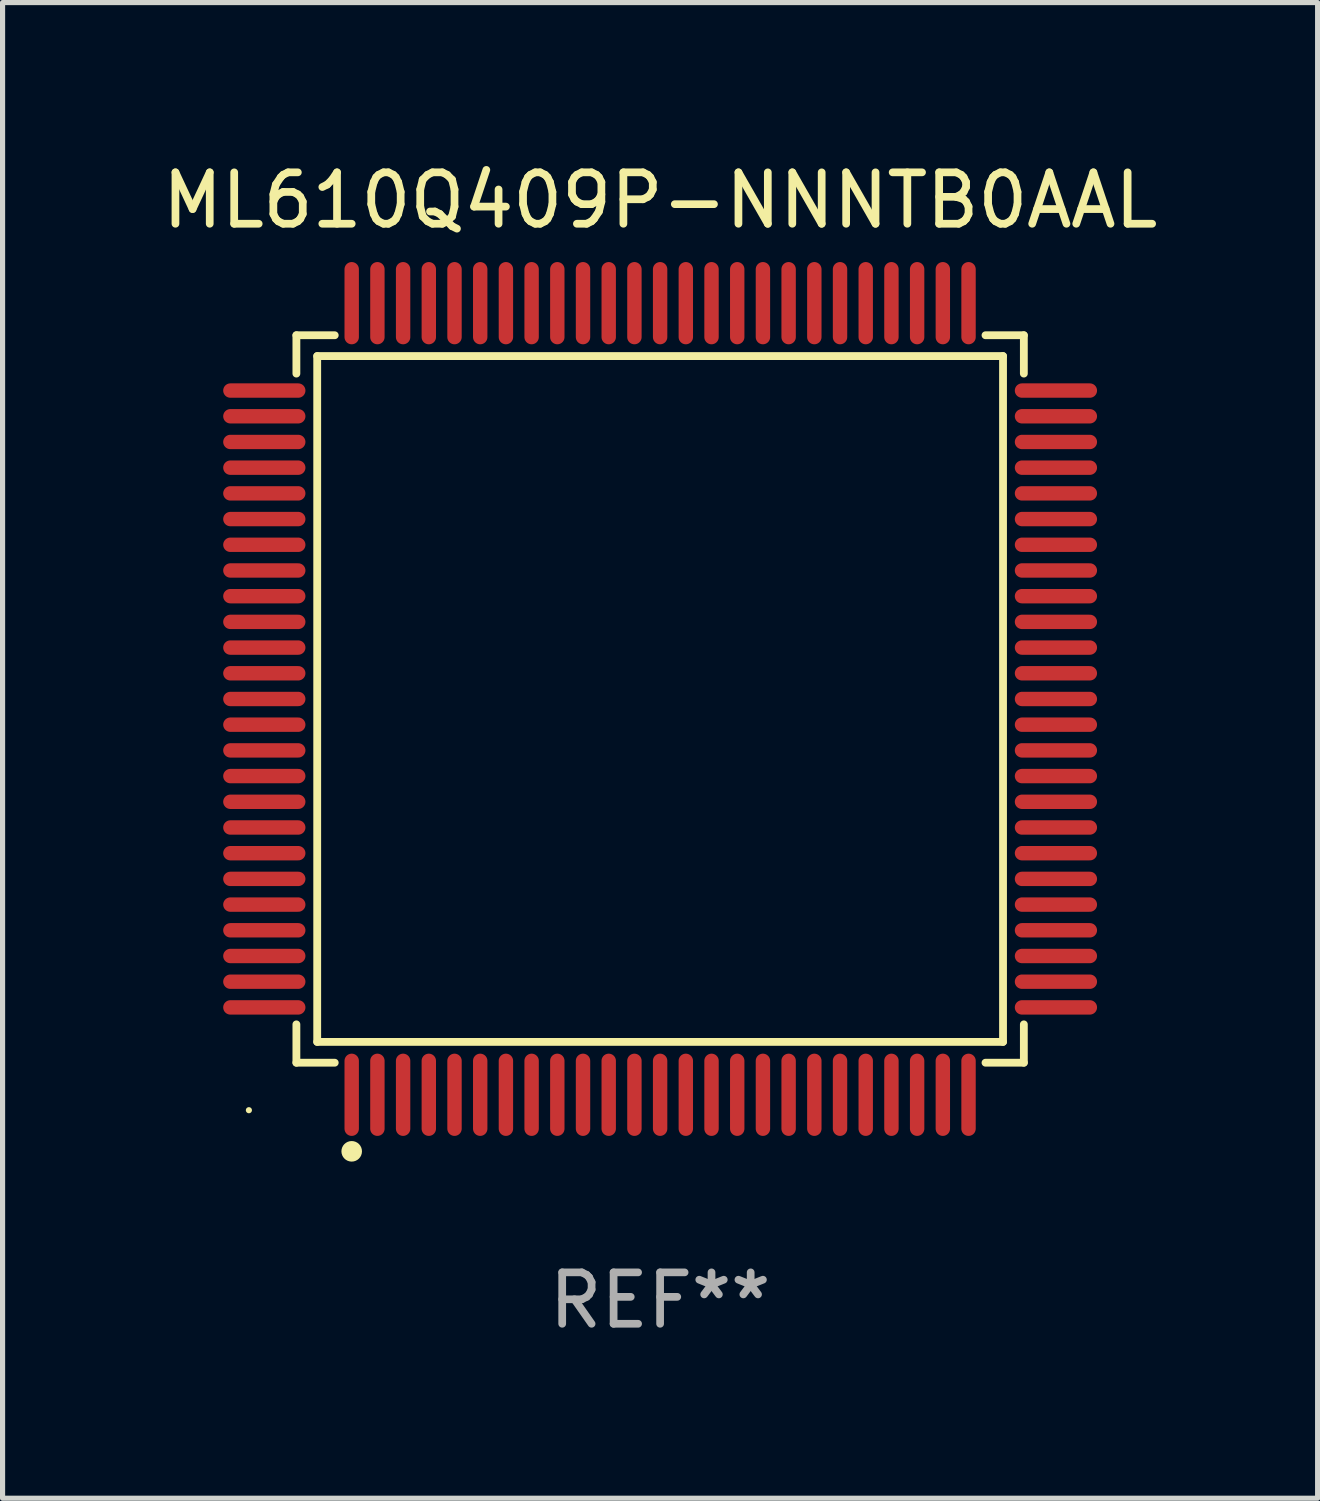
<source format=kicad_pcb>
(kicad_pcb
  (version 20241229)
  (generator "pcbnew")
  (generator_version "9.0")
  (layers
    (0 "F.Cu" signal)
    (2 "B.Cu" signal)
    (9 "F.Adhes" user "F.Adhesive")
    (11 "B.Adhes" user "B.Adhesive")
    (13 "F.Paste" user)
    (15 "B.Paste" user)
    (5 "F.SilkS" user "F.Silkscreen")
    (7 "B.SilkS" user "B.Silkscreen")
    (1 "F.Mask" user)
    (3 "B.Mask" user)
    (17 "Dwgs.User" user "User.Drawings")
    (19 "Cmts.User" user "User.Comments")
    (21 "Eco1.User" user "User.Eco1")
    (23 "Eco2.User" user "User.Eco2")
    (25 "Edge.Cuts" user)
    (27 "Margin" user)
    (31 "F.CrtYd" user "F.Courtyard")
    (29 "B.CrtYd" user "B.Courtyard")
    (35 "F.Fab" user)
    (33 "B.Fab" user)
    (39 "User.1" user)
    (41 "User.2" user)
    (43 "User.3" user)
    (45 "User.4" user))
  (footprint "ML610Q409P-NNNTB0AAL"
    (layer "F.Cu")
    (at 9.792 10.548)
    (property "Reference" "ML610Q409P-NNNTB0AAL" (at 0 -9.7 0) (layer "F.SilkS") (effects (font (size 1 1) (thickness 0.15))))
    (attr through_hole)
    (fp_line (start -7.076 -7.076) (end -6.33 -7.076) (stroke (width 0.152) (type solid)) (layer "F.SilkS"))
    (fp_line (start -7.076 -6.33) (end -7.076 -7.076) (stroke (width 0.152) (type solid)) (layer "F.SilkS"))
    (fp_line (start -7.076 6.33) (end -7.076 7.076) (stroke (width 0.152) (type solid)) (layer "F.SilkS"))
    (fp_line (start -7.076 7.076) (end -6.33 7.076) (stroke (width 0.152) (type solid)) (layer "F.SilkS"))
    (fp_line (start -6.671 -6.671) (end 6.671 -6.671) (stroke (width 0.152) (type solid)) (layer "F.SilkS"))
    (fp_line (start -6.671 6.671) (end -6.671 -6.671) (stroke (width 0.152) (type solid)) (layer "F.SilkS"))
    (fp_line (start 6.671 -6.671) (end 6.671 6.671) (stroke (width 0.152) (type solid)) (layer "F.SilkS"))
    (fp_line (start 6.671 6.671) (end -6.671 6.671) (stroke (width 0.152) (type solid)) (layer "F.SilkS"))
    (fp_line (start 7.076 -7.076) (end 6.33 -7.076) (stroke (width 0.152) (type solid)) (layer "F.SilkS"))
    (fp_line (start 7.076 -6.33) (end 7.076 -7.076) (stroke (width 0.152) (type solid)) (layer "F.SilkS"))
    (fp_line (start 7.076 6.33) (end 7.076 7.076) (stroke (width 0.152) (type solid)) (layer "F.SilkS"))
    (fp_line (start 7.076 7.076) (end 6.33 7.076) (stroke (width 0.152) (type solid)) (layer "F.SilkS"))
    (fp_circle (center -8 8) (end -7.97 8) (stroke (width 0.06) (type solid)) (fill no) (layer "F.SilkS"))
    (fp_circle (center -6 8.8) (end -5.9 8.8) (stroke (width 0.2) (type solid)) (fill no) (layer "F.SilkS"))
    (fp_text user "REF**" (at 0 11.7 0) (layer "F.Fab") (effects (font (size 1 1) (thickness 0.15))))
    (pad "1" smd oval (at -6 7.7) (size 0.28 1.6) (layers "F.Cu" "F.Mask" "F.Paste"))
    (pad "2" smd oval (at -5.5 7.7) (size 0.28 1.6) (layers "F.Cu" "F.Mask" "F.Paste"))
    (pad "3" smd oval (at -5 7.7) (size 0.28 1.6) (layers "F.Cu" "F.Mask" "F.Paste"))
    (pad "4" smd oval (at -4.5 7.7) (size 0.28 1.6) (layers "F.Cu" "F.Mask" "F.Paste"))
    (pad "5" smd oval (at -4 7.7) (size 0.28 1.6) (layers "F.Cu" "F.Mask" "F.Paste"))
    (pad "6" smd oval (at -3.5 7.7) (size 0.28 1.6) (layers "F.Cu" "F.Mask" "F.Paste"))
    (pad "7" smd oval (at -3 7.7) (size 0.28 1.6) (layers "F.Cu" "F.Mask" "F.Paste"))
    (pad "8" smd oval (at -2.5 7.7) (size 0.28 1.6) (layers "F.Cu" "F.Mask" "F.Paste"))
    (pad "9" smd oval (at -2 7.7) (size 0.28 1.6) (layers "F.Cu" "F.Mask" "F.Paste"))
    (pad "10" smd oval (at -1.5 7.7) (size 0.28 1.6) (layers "F.Cu" "F.Mask" "F.Paste"))
    (pad "11" smd oval (at -1 7.7) (size 0.28 1.6) (layers "F.Cu" "F.Mask" "F.Paste"))
    (pad "12" smd oval (at -0.5 7.7) (size 0.28 1.6) (layers "F.Cu" "F.Mask" "F.Paste"))
    (pad "13" smd oval (at 0 7.7) (size 0.28 1.6) (layers "F.Cu" "F.Mask" "F.Paste"))
    (pad "14" smd oval (at 0.5 7.7) (size 0.28 1.6) (layers "F.Cu" "F.Mask" "F.Paste"))
    (pad "15" smd oval (at 1 7.7) (size 0.28 1.6) (layers "F.Cu" "F.Mask" "F.Paste"))
    (pad "16" smd oval (at 1.5 7.7) (size 0.28 1.6) (layers "F.Cu" "F.Mask" "F.Paste"))
    (pad "17" smd oval (at 2 7.7) (size 0.28 1.6) (layers "F.Cu" "F.Mask" "F.Paste"))
    (pad "18" smd oval (at 2.5 7.7) (size 0.28 1.6) (layers "F.Cu" "F.Mask" "F.Paste"))
    (pad "19" smd oval (at 3 7.7) (size 0.28 1.6) (layers "F.Cu" "F.Mask" "F.Paste"))
    (pad "20" smd oval (at 3.5 7.7) (size 0.28 1.6) (layers "F.Cu" "F.Mask" "F.Paste"))
    (pad "21" smd oval (at 4 7.7) (size 0.28 1.6) (layers "F.Cu" "F.Mask" "F.Paste"))
    (pad "22" smd oval (at 4.5 7.7) (size 0.28 1.6) (layers "F.Cu" "F.Mask" "F.Paste"))
    (pad "23" smd oval (at 5 7.7) (size 0.28 1.6) (layers "F.Cu" "F.Mask" "F.Paste"))
    (pad "24" smd oval (at 5.5 7.7) (size 0.28 1.6) (layers "F.Cu" "F.Mask" "F.Paste"))
    (pad "25" smd oval (at 6 7.7) (size 0.28 1.6) (layers "F.Cu" "F.Mask" "F.Paste"))
    (pad "26" smd oval (at 7.7 6) (size 1.6 0.28) (layers "F.Cu" "F.Mask" "F.Paste"))
    (pad "27" smd oval (at 7.7 5.5) (size 1.6 0.28) (layers "F.Cu" "F.Mask" "F.Paste"))
    (pad "28" smd oval (at 7.7 5) (size 1.6 0.28) (layers "F.Cu" "F.Mask" "F.Paste"))
    (pad "29" smd oval (at 7.7 4.5) (size 1.6 0.28) (layers "F.Cu" "F.Mask" "F.Paste"))
    (pad "30" smd oval (at 7.7 4) (size 1.6 0.28) (layers "F.Cu" "F.Mask" "F.Paste"))
    (pad "31" smd oval (at 7.7 3.5) (size 1.6 0.28) (layers "F.Cu" "F.Mask" "F.Paste"))
    (pad "32" smd oval (at 7.7 3) (size 1.6 0.28) (layers "F.Cu" "F.Mask" "F.Paste"))
    (pad "33" smd oval (at 7.7 2.5) (size 1.6 0.28) (layers "F.Cu" "F.Mask" "F.Paste"))
    (pad "34" smd oval (at 7.7 2) (size 1.6 0.28) (layers "F.Cu" "F.Mask" "F.Paste"))
    (pad "35" smd oval (at 7.7 1.5) (size 1.6 0.28) (layers "F.Cu" "F.Mask" "F.Paste"))
    (pad "36" smd oval (at 7.7 1) (size 1.6 0.28) (layers "F.Cu" "F.Mask" "F.Paste"))
    (pad "37" smd oval (at 7.7 0.5) (size 1.6 0.28) (layers "F.Cu" "F.Mask" "F.Paste"))
    (pad "38" smd oval (at 7.7 0) (size 1.6 0.28) (layers "F.Cu" "F.Mask" "F.Paste"))
    (pad "39" smd oval (at 7.7 -0.5) (size 1.6 0.28) (layers "F.Cu" "F.Mask" "F.Paste"))
    (pad "40" smd oval (at 7.7 -1) (size 1.6 0.28) (layers "F.Cu" "F.Mask" "F.Paste"))
    (pad "41" smd oval (at 7.7 -1.5) (size 1.6 0.28) (layers "F.Cu" "F.Mask" "F.Paste"))
    (pad "42" smd oval (at 7.7 -2) (size 1.6 0.28) (layers "F.Cu" "F.Mask" "F.Paste"))
    (pad "43" smd oval (at 7.7 -2.5) (size 1.6 0.28) (layers "F.Cu" "F.Mask" "F.Paste"))
    (pad "44" smd oval (at 7.7 -3) (size 1.6 0.28) (layers "F.Cu" "F.Mask" "F.Paste"))
    (pad "45" smd oval (at 7.7 -3.5) (size 1.6 0.28) (layers "F.Cu" "F.Mask" "F.Paste"))
    (pad "46" smd oval (at 7.7 -4) (size 1.6 0.28) (layers "F.Cu" "F.Mask" "F.Paste"))
    (pad "47" smd oval (at 7.7 -4.5) (size 1.6 0.28) (layers "F.Cu" "F.Mask" "F.Paste"))
    (pad "48" smd oval (at 7.7 -5) (size 1.6 0.28) (layers "F.Cu" "F.Mask" "F.Paste"))
    (pad "49" smd oval (at 7.7 -5.5) (size 1.6 0.28) (layers "F.Cu" "F.Mask" "F.Paste"))
    (pad "50" smd oval (at 7.7 -6) (size 1.6 0.28) (layers "F.Cu" "F.Mask" "F.Paste"))
    (pad "51" smd oval (at 6 -7.7) (size 0.28 1.6) (layers "F.Cu" "F.Mask" "F.Paste"))
    (pad "52" smd oval (at 5.5 -7.7) (size 0.28 1.6) (layers "F.Cu" "F.Mask" "F.Paste"))
    (pad "53" smd oval (at 5 -7.7) (size 0.28 1.6) (layers "F.Cu" "F.Mask" "F.Paste"))
    (pad "54" smd oval (at 4.5 -7.7) (size 0.28 1.6) (layers "F.Cu" "F.Mask" "F.Paste"))
    (pad "55" smd oval (at 4 -7.7) (size 0.28 1.6) (layers "F.Cu" "F.Mask" "F.Paste"))
    (pad "56" smd oval (at 3.5 -7.7) (size 0.28 1.6) (layers "F.Cu" "F.Mask" "F.Paste"))
    (pad "57" smd oval (at 3 -7.7) (size 0.28 1.6) (layers "F.Cu" "F.Mask" "F.Paste"))
    (pad "58" smd oval (at 2.5 -7.7) (size 0.28 1.6) (layers "F.Cu" "F.Mask" "F.Paste"))
    (pad "59" smd oval (at 2 -7.7) (size 0.28 1.6) (layers "F.Cu" "F.Mask" "F.Paste"))
    (pad "60" smd oval (at 1.5 -7.7) (size 0.28 1.6) (layers "F.Cu" "F.Mask" "F.Paste"))
    (pad "61" smd oval (at 1 -7.7) (size 0.28 1.6) (layers "F.Cu" "F.Mask" "F.Paste"))
    (pad "62" smd oval (at 0.5 -7.7) (size 0.28 1.6) (layers "F.Cu" "F.Mask" "F.Paste"))
    (pad "63" smd oval (at 0 -7.7) (size 0.28 1.6) (layers "F.Cu" "F.Mask" "F.Paste"))
    (pad "64" smd oval (at -0.5 -7.7) (size 0.28 1.6) (layers "F.Cu" "F.Mask" "F.Paste"))
    (pad "65" smd oval (at -1 -7.7) (size 0.28 1.6) (layers "F.Cu" "F.Mask" "F.Paste"))
    (pad "66" smd oval (at -1.5 -7.7) (size 0.28 1.6) (layers "F.Cu" "F.Mask" "F.Paste"))
    (pad "67" smd oval (at -2 -7.7) (size 0.28 1.6) (layers "F.Cu" "F.Mask" "F.Paste"))
    (pad "68" smd oval (at -2.5 -7.7) (size 0.28 1.6) (layers "F.Cu" "F.Mask" "F.Paste"))
    (pad "69" smd oval (at -3 -7.7) (size 0.28 1.6) (layers "F.Cu" "F.Mask" "F.Paste"))
    (pad "70" smd oval (at -3.5 -7.7) (size 0.28 1.6) (layers "F.Cu" "F.Mask" "F.Paste"))
    (pad "71" smd oval (at -4 -7.7) (size 0.28 1.6) (layers "F.Cu" "F.Mask" "F.Paste"))
    (pad "72" smd oval (at -4.5 -7.7) (size 0.28 1.6) (layers "F.Cu" "F.Mask" "F.Paste"))
    (pad "73" smd oval (at -5 -7.7) (size 0.28 1.6) (layers "F.Cu" "F.Mask" "F.Paste"))
    (pad "74" smd oval (at -5.5 -7.7) (size 0.28 1.6) (layers "F.Cu" "F.Mask" "F.Paste"))
    (pad "75" smd oval (at -6 -7.7) (size 0.28 1.6) (layers "F.Cu" "F.Mask" "F.Paste"))
    (pad "76" smd oval (at -7.7 -6) (size 1.6 0.28) (layers "F.Cu" "F.Mask" "F.Paste"))
    (pad "77" smd oval (at -7.7 -5.5) (size 1.6 0.28) (layers "F.Cu" "F.Mask" "F.Paste"))
    (pad "78" smd oval (at -7.7 -5) (size 1.6 0.28) (layers "F.Cu" "F.Mask" "F.Paste"))
    (pad "79" smd oval (at -7.7 -4.5) (size 1.6 0.28) (layers "F.Cu" "F.Mask" "F.Paste"))
    (pad "80" smd oval (at -7.7 -4) (size 1.6 0.28) (layers "F.Cu" "F.Mask" "F.Paste"))
    (pad "81" smd oval (at -7.7 -3.5) (size 1.6 0.28) (layers "F.Cu" "F.Mask" "F.Paste"))
    (pad "82" smd oval (at -7.7 -3) (size 1.6 0.28) (layers "F.Cu" "F.Mask" "F.Paste"))
    (pad "83" smd oval (at -7.7 -2.5) (size 1.6 0.28) (layers "F.Cu" "F.Mask" "F.Paste"))
    (pad "84" smd oval (at -7.7 -2) (size 1.6 0.28) (layers "F.Cu" "F.Mask" "F.Paste"))
    (pad "85" smd oval (at -7.7 -1.5) (size 1.6 0.28) (layers "F.Cu" "F.Mask" "F.Paste"))
    (pad "86" smd oval (at -7.7 -1) (size 1.6 0.28) (layers "F.Cu" "F.Mask" "F.Paste"))
    (pad "87" smd oval (at -7.7 -0.5) (size 1.6 0.28) (layers "F.Cu" "F.Mask" "F.Paste"))
    (pad "88" smd oval (at -7.7 0) (size 1.6 0.28) (layers "F.Cu" "F.Mask" "F.Paste"))
    (pad "89" smd oval (at -7.7 0.5) (size 1.6 0.28) (layers "F.Cu" "F.Mask" "F.Paste"))
    (pad "90" smd oval (at -7.7 1) (size 1.6 0.28) (layers "F.Cu" "F.Mask" "F.Paste"))
    (pad "91" smd oval (at -7.7 1.5) (size 1.6 0.28) (layers "F.Cu" "F.Mask" "F.Paste"))
    (pad "92" smd oval (at -7.7 2) (size 1.6 0.28) (layers "F.Cu" "F.Mask" "F.Paste"))
    (pad "93" smd oval (at -7.7 2.5) (size 1.6 0.28) (layers "F.Cu" "F.Mask" "F.Paste"))
    (pad "94" smd oval (at -7.7 3) (size 1.6 0.28) (layers "F.Cu" "F.Mask" "F.Paste"))
    (pad "95" smd oval (at -7.7 3.5) (size 1.6 0.28) (layers "F.Cu" "F.Mask" "F.Paste"))
    (pad "96" smd oval (at -7.7 4) (size 1.6 0.28) (layers "F.Cu" "F.Mask" "F.Paste"))
    (pad "97" smd oval (at -7.7 4.5) (size 1.6 0.28) (layers "F.Cu" "F.Mask" "F.Paste"))
    (pad "98" smd oval (at -7.7 5) (size 1.6 0.28) (layers "F.Cu" "F.Mask" "F.Paste"))
    (pad "99" smd oval (at -7.7 5.5) (size 1.6 0.28) (layers "F.Cu" "F.Mask" "F.Paste"))
    (pad "100" smd oval (at -7.7 6) (size 1.6 0.28) (layers "F.Cu" "F.Mask" "F.Paste")))
  (gr_rect
    (start -3 -3)
    (end 22.583 26.097)
    (stroke (width 0.1) (type default))
    (fill no)
    (layer "Edge.Cuts")))
</source>
